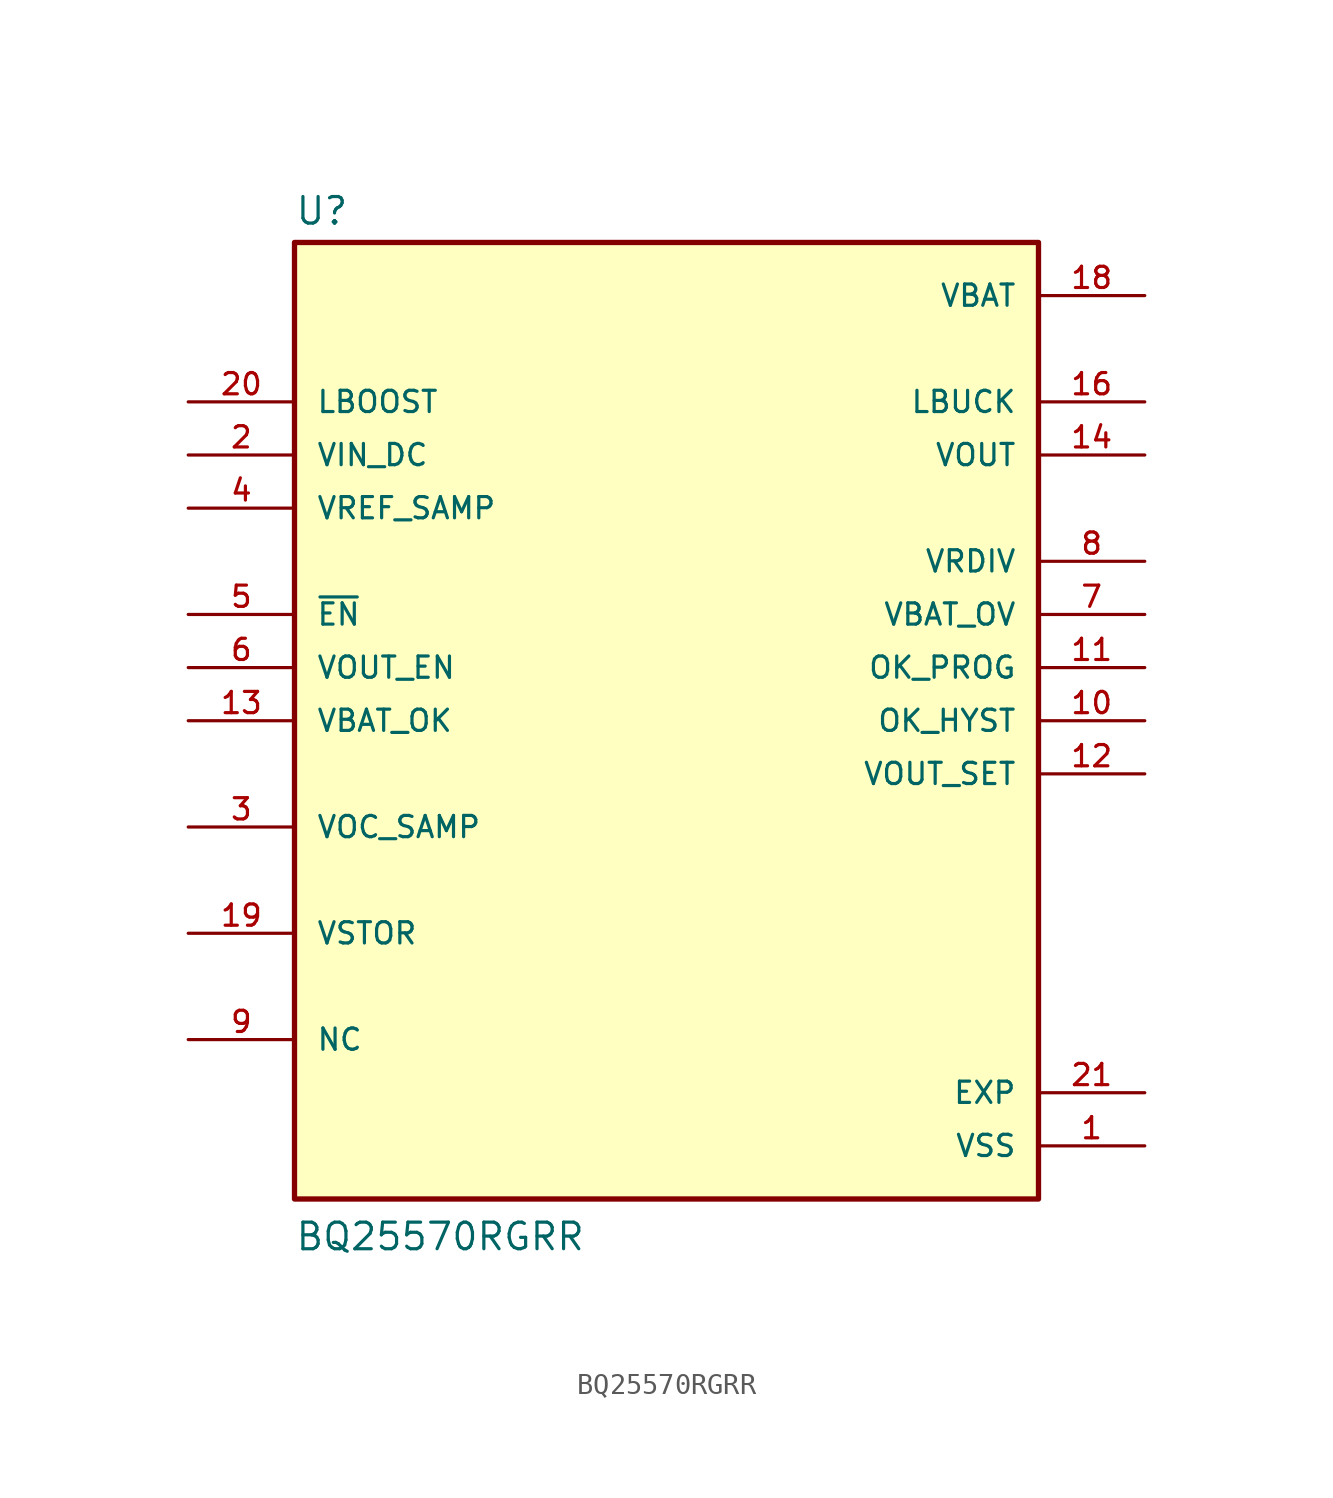
<source format=kicad_sym>
(kicad_symbol_lib
  (version 20211014)
  (generator kicad_symbol_editor)
  (symbol "BQ25570RGRR"
    (pin_names
      (offset 1.016))
    (property "Reference" "U"
      (at -17.78 23.622 0)
      (effects (font (size 1.27 1.27)) (justify bottom left)))
    (property "Value" "BQ25570RGRR"
      (at -17.78 -25.4 0)
      (effects (font (size 1.27 1.27)) (justify bottom left)))
    (symbol "BQ25570RGRR_0_0"
      (rectangle (start -17.78 -22.86) (end 17.78 22.86) (stroke (width 0.254)) (fill (type background)))
      (pin input line (at -22.86 5.08 0) (length 5.08) (name "~{EN}" (effects (font (size 1.016 1.016)))) (number "5" (effects (font (size 1.016 1.016)))))
      (pin bidirectional line (at -22.86 15.24 0) (length 5.08) (name "LBOOST" (effects (font (size 1.016 1.016)))) (number "20" (effects (font (size 1.016 1.016)))))
      (pin bidirectional line (at 22.86 15.24 180.0) (length 5.08) (name "LBUCK" (effects (font (size 1.016 1.016)))) (number "16" (effects (font (size 1.016 1.016)))))
      (pin passive line (at -22.86 -15.24 0) (length 5.08) (name "NC" (effects (font (size 1.016 1.016)))) (number "9" (effects (font (size 1.016 1.016)))))
      (pin passive line (at -22.86 -15.24 0) (length 5.08) hide (name "NC" (effects (font (size 1.016 1.016)))) (number "17" (effects (font (size 1.016 1.016)))))
      (pin input line (at 22.86 0.0 180.0) (length 5.08) (name "OK_HYST" (effects (font (size 1.016 1.016)))) (number "10" (effects (font (size 1.016 1.016)))))
      (pin input line (at 22.86 2.54 180.0) (length 5.08) (name "OK_PROG" (effects (font (size 1.016 1.016)))) (number "11" (effects (font (size 1.016 1.016)))))
      (pin power_in line (at 22.86 20.32 180.0) (length 5.08) (name "VBAT" (effects (font (size 1.016 1.016)))) (number "18" (effects (font (size 1.016 1.016)))))
      (pin output line (at -22.86 0.0 0) (length 5.08) (name "VBAT_OK" (effects (font (size 1.016 1.016)))) (number "13" (effects (font (size 1.016 1.016)))))
      (pin input line (at 22.86 5.08 180.0) (length 5.08) (name "VBAT_OV" (effects (font (size 1.016 1.016)))) (number "7" (effects (font (size 1.016 1.016)))))
      (pin input line (at -22.86 12.7 0) (length 5.08) (name "VIN_DC" (effects (font (size 1.016 1.016)))) (number "2" (effects (font (size 1.016 1.016)))))
      (pin input line (at -22.86 -5.08 0) (length 5.08) (name "VOC_SAMP" (effects (font (size 1.016 1.016)))) (number "3" (effects (font (size 1.016 1.016)))))
      (pin output line (at 22.86 12.7 180.0) (length 5.08) (name "VOUT" (effects (font (size 1.016 1.016)))) (number "14" (effects (font (size 1.016 1.016)))))
      (pin input line (at -22.86 2.54 0) (length 5.08) (name "VOUT_EN" (effects (font (size 1.016 1.016)))) (number "6" (effects (font (size 1.016 1.016)))))
      (pin input line (at 22.86 -2.54 180.0) (length 5.08) (name "VOUT_SET" (effects (font (size 1.016 1.016)))) (number "12" (effects (font (size 1.016 1.016)))))
      (pin input line (at -22.86 10.16 0) (length 5.08) (name "VREF_SAMP" (effects (font (size 1.016 1.016)))) (number "4" (effects (font (size 1.016 1.016)))))
      (pin output line (at 22.86 7.62 180.0) (length 5.08) (name "VRDIV" (effects (font (size 1.016 1.016)))) (number "8" (effects (font (size 1.016 1.016)))))
      (pin power_in line (at 22.86 -20.32 180.0) (length 5.08) (name "VSS" (effects (font (size 1.016 1.016)))) (number "1" (effects (font (size 1.016 1.016)))))
      (pin power_in line (at 22.86 -20.32 180.0) (length 5.08) hide (name "VSS" (effects (font (size 1.016 1.016)))) (number "15" (effects (font (size 1.016 1.016)))))
      (pin output line (at -22.86 -10.16 0) (length 5.08) (name "VSTOR" (effects (font (size 1.016 1.016)))) (number "19" (effects (font (size 1.016 1.016)))))
      (pin passive line (at 22.86 -17.78 180.0) (length 5.08) (name "EXP" (effects (font (size 1.016 1.016)))) (number "21" (effects (font (size 1.016 1.016))))))))
</source>
